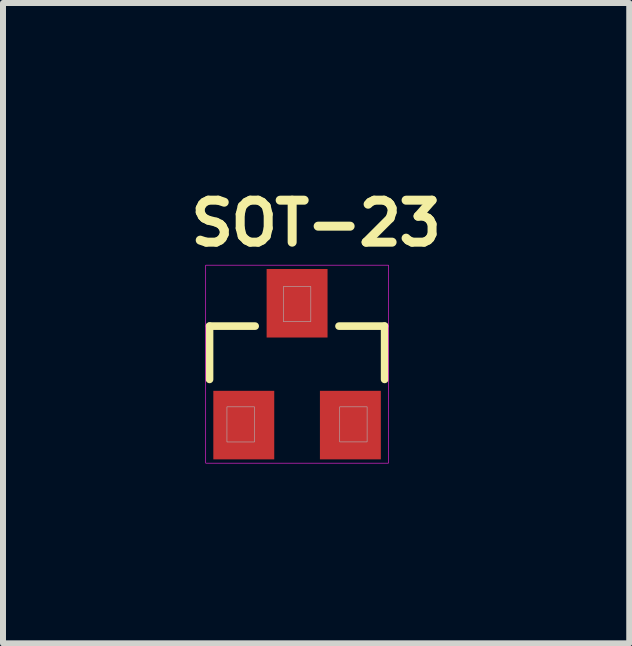
<source format=kicad_pcb>
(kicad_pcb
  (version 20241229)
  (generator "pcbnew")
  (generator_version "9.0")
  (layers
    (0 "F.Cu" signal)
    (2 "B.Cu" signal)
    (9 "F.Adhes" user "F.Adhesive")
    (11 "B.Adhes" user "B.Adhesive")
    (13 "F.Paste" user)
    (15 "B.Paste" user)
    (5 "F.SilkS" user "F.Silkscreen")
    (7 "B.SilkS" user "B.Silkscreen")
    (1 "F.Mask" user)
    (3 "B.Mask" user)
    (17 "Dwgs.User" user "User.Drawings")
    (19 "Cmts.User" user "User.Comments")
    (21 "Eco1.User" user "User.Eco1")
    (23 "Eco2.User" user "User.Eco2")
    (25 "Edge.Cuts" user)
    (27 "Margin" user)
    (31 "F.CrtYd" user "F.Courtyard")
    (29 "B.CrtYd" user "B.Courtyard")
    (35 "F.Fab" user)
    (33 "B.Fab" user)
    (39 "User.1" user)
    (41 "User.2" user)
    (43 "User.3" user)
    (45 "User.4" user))
  (footprint "SOT-23"
    (layer "F.Cu")
    (at 1.905 3.024)
    (property "Reference" "SOT-23" (at 0.318 -2.351 0) (layer "F.SilkS") (effects (font (size 0.7 0.7) (thickness 0.15))))
    (attr smd)
    (fp_line (start -1.46 -0.635) (end -1.46 0.254) (stroke (width 0.127) (type solid)) (layer "F.SilkS"))
    (fp_line (start -0.699 -0.635) (end -1.46 -0.635) (stroke (width 0.127) (type solid)) (layer "F.SilkS"))
    (fp_line (start 1.46 -0.635) (end 0.699 -0.635) (stroke (width 0.127) (type solid)) (layer "F.SilkS"))
    (fp_line (start 1.46 0.254) (end 1.46 -0.635) (stroke (width 0.127) (type solid)) (layer "F.SilkS"))
    (fp_poly (pts (xy -1.524 -1.651) (xy 1.524 -1.651) (xy 1.524 1.651) (xy -1.524 1.651)) (stroke (width 0.01) (type solid)) (fill no) (layer "F.CrtYd"))
    (fp_poly (pts (xy -1.17 0.711) (xy -0.711 0.711) (xy -0.711 1.297) (xy -1.17 1.297)) (stroke (width 0.01) (type solid)) (fill no) (layer "F.Fab"))
    (fp_poly (pts (xy -0.229 -1.295) (xy 0.229 -1.295) (xy 0.229 -0.711) (xy -0.229 -0.711)) (stroke (width 0.01) (type solid)) (fill no) (layer "F.Fab"))
    (fp_poly (pts (xy 0.711 0.711) (xy 1.168 0.711) (xy 1.168 1.296) (xy 0.711 1.296)) (stroke (width 0.01) (type solid)) (fill no) (layer "F.Fab"))
    (pad "1" smd rect (at -0.889 1.016) (size 1.016 1.143) (layers "F.Cu" "F.Mask" "F.Paste"))
    (pad "2" smd rect (at 0.889 1.016) (size 1.016 1.143) (layers "F.Cu" "F.Mask" "F.Paste"))
    (pad "3" smd rect (at 0 -1.016) (size 1.016 1.143) (layers "F.Cu" "F.Mask" "F.Paste")))
  (gr_rect
    (start -3 -3)
    (end 7.445 7.68)
    (stroke (width 0.1) (type default))
    (fill no)
    (layer "Edge.Cuts")))
</source>
